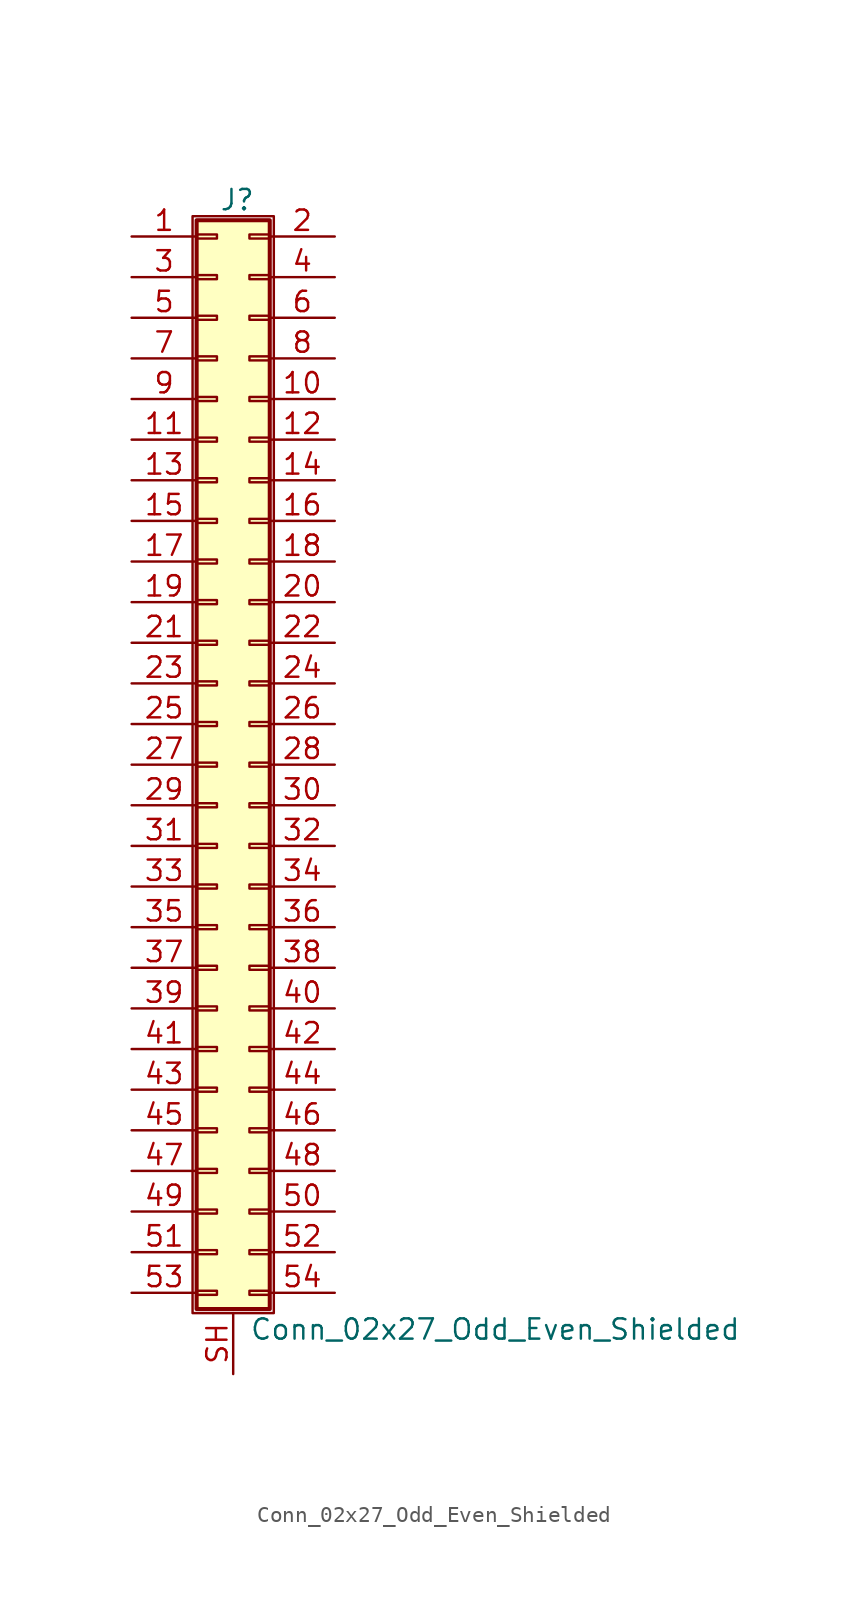
<source format=kicad_sym>
(kicad_symbol_lib
  (version 20211014)
  (generator kicad_symbol_editor)
  (symbol "Conn_02x27_Odd_Even_Shielded"
    (pin_names
      (offset 1.016) hide)
    (property "Reference" "J"
      (at 1.524 35.306 0)
      (effects (font (size 1.27 1.27))))
    (property "Value" "Conn_02x27_Odd_Even_Shielded"
      (at 2.286 -35.306 0)
      (effects (font (size 1.27 1.27)) (justify left)))
    (symbol "Conn_02x27_Odd_Even_Shielded_1_1"
      (rectangle (start -1.27 34.29) (end 3.81 -34.29) (stroke (width 0.152) (type default) (color 0 0 0 0)) (fill (type none)))
      (rectangle (start -1.016 -32.893) (end 0.254 -33.147) (stroke (width 0.152) (type default) (color 0 0 0 0)) (fill (type none)))
      (rectangle (start -1.016 -30.353) (end 0.254 -30.607) (stroke (width 0.152) (type default) (color 0 0 0 0)) (fill (type none)))
      (rectangle (start -1.016 -27.813) (end 0.254 -28.067) (stroke (width 0.152) (type default) (color 0 0 0 0)) (fill (type none)))
      (rectangle (start -1.016 -25.273) (end 0.254 -25.527) (stroke (width 0.152) (type default) (color 0 0 0 0)) (fill (type none)))
      (rectangle (start -1.016 -22.733) (end 0.254 -22.987) (stroke (width 0.152) (type default) (color 0 0 0 0)) (fill (type none)))
      (rectangle (start -1.016 -20.193) (end 0.254 -20.447) (stroke (width 0.152) (type default) (color 0 0 0 0)) (fill (type none)))
      (rectangle (start -1.016 -17.653) (end 0.254 -17.907) (stroke (width 0.152) (type default) (color 0 0 0 0)) (fill (type none)))
      (rectangle (start -1.016 -15.113) (end 0.254 -15.367) (stroke (width 0.152) (type default) (color 0 0 0 0)) (fill (type none)))
      (rectangle (start -1.016 -12.573) (end 0.254 -12.827) (stroke (width 0.152) (type default) (color 0 0 0 0)) (fill (type none)))
      (rectangle (start -1.016 -10.033) (end 0.254 -10.287) (stroke (width 0.152) (type default) (color 0 0 0 0)) (fill (type none)))
      (rectangle (start -1.016 -7.493) (end 0.254 -7.747) (stroke (width 0.152) (type default) (color 0 0 0 0)) (fill (type none)))
      (rectangle (start -1.016 -4.953) (end 0.254 -5.207) (stroke (width 0.152) (type default) (color 0 0 0 0)) (fill (type none)))
      (rectangle (start -1.016 -2.413) (end 0.254 -2.667) (stroke (width 0.152) (type default) (color 0 0 0 0)) (fill (type none)))
      (rectangle (start -1.016 0.127) (end 0.254 -0.127) (stroke (width 0.152) (type default) (color 0 0 0 0)) (fill (type none)))
      (rectangle (start -1.016 2.667) (end 0.254 2.413) (stroke (width 0.152) (type default) (color 0 0 0 0)) (fill (type none)))
      (rectangle (start -1.016 5.207) (end 0.254 4.953) (stroke (width 0.152) (type default) (color 0 0 0 0)) (fill (type none)))
      (rectangle (start -1.016 7.747) (end 0.254 7.493) (stroke (width 0.152) (type default) (color 0 0 0 0)) (fill (type none)))
      (rectangle (start -1.016 10.287) (end 0.254 10.033) (stroke (width 0.152) (type default) (color 0 0 0 0)) (fill (type none)))
      (rectangle (start -1.016 12.827) (end 0.254 12.573) (stroke (width 0.152) (type default) (color 0 0 0 0)) (fill (type none)))
      (rectangle (start -1.016 15.367) (end 0.254 15.113) (stroke (width 0.152) (type default) (color 0 0 0 0)) (fill (type none)))
      (rectangle (start -1.016 17.907) (end 0.254 17.653) (stroke (width 0.152) (type default) (color 0 0 0 0)) (fill (type none)))
      (rectangle (start -1.016 20.447) (end 0.254 20.193) (stroke (width 0.152) (type default) (color 0 0 0 0)) (fill (type none)))
      (rectangle (start -1.016 22.987) (end 0.254 22.733) (stroke (width 0.152) (type default) (color 0 0 0 0)) (fill (type none)))
      (rectangle (start -1.016 25.527) (end 0.254 25.273) (stroke (width 0.152) (type default) (color 0 0 0 0)) (fill (type none)))
      (rectangle (start -1.016 28.067) (end 0.254 27.813) (stroke (width 0.152) (type default) (color 0 0 0 0)) (fill (type none)))
      (rectangle (start -1.016 30.607) (end 0.254 30.353) (stroke (width 0.152) (type default) (color 0 0 0 0)) (fill (type none)))
      (rectangle (start -1.016 33.147) (end 0.254 32.893) (stroke (width 0.152) (type default) (color 0 0 0 0)) (fill (type none)))
      (rectangle (start -1.016 34.036) (end 3.556 -34.036) (stroke (width 0.254) (type default) (color 0 0 0 0)) (fill (type background)))
      (rectangle (start 3.556 -32.893) (end 2.286 -33.147) (stroke (width 0.152) (type default) (color 0 0 0 0)) (fill (type none)))
      (rectangle (start 3.556 -30.353) (end 2.286 -30.607) (stroke (width 0.152) (type default) (color 0 0 0 0)) (fill (type none)))
      (rectangle (start 3.556 -27.813) (end 2.286 -28.067) (stroke (width 0.152) (type default) (color 0 0 0 0)) (fill (type none)))
      (rectangle (start 3.556 -25.273) (end 2.286 -25.527) (stroke (width 0.152) (type default) (color 0 0 0 0)) (fill (type none)))
      (rectangle (start 3.556 -22.733) (end 2.286 -22.987) (stroke (width 0.152) (type default) (color 0 0 0 0)) (fill (type none)))
      (rectangle (start 3.556 -20.193) (end 2.286 -20.447) (stroke (width 0.152) (type default) (color 0 0 0 0)) (fill (type none)))
      (rectangle (start 3.556 -17.653) (end 2.286 -17.907) (stroke (width 0.152) (type default) (color 0 0 0 0)) (fill (type none)))
      (rectangle (start 3.556 -15.113) (end 2.286 -15.367) (stroke (width 0.152) (type default) (color 0 0 0 0)) (fill (type none)))
      (rectangle (start 3.556 -12.573) (end 2.286 -12.827) (stroke (width 0.152) (type default) (color 0 0 0 0)) (fill (type none)))
      (rectangle (start 3.556 -10.033) (end 2.286 -10.287) (stroke (width 0.152) (type default) (color 0 0 0 0)) (fill (type none)))
      (rectangle (start 3.556 -7.493) (end 2.286 -7.747) (stroke (width 0.152) (type default) (color 0 0 0 0)) (fill (type none)))
      (rectangle (start 3.556 -4.953) (end 2.286 -5.207) (stroke (width 0.152) (type default) (color 0 0 0 0)) (fill (type none)))
      (rectangle (start 3.556 -2.413) (end 2.286 -2.667) (stroke (width 0.152) (type default) (color 0 0 0 0)) (fill (type none)))
      (rectangle (start 3.556 0.127) (end 2.286 -0.127) (stroke (width 0.152) (type default) (color 0 0 0 0)) (fill (type none)))
      (rectangle (start 3.556 2.667) (end 2.286 2.413) (stroke (width 0.152) (type default) (color 0 0 0 0)) (fill (type none)))
      (rectangle (start 3.556 5.207) (end 2.286 4.953) (stroke (width 0.152) (type default) (color 0 0 0 0)) (fill (type none)))
      (rectangle (start 3.556 7.747) (end 2.286 7.493) (stroke (width 0.152) (type default) (color 0 0 0 0)) (fill (type none)))
      (rectangle (start 3.556 10.287) (end 2.286 10.033) (stroke (width 0.152) (type default) (color 0 0 0 0)) (fill (type none)))
      (rectangle (start 3.556 12.827) (end 2.286 12.573) (stroke (width 0.152) (type default) (color 0 0 0 0)) (fill (type none)))
      (rectangle (start 3.556 15.367) (end 2.286 15.113) (stroke (width 0.152) (type default) (color 0 0 0 0)) (fill (type none)))
      (rectangle (start 3.556 17.907) (end 2.286 17.653) (stroke (width 0.152) (type default) (color 0 0 0 0)) (fill (type none)))
      (rectangle (start 3.556 20.447) (end 2.286 20.193) (stroke (width 0.152) (type default) (color 0 0 0 0)) (fill (type none)))
      (rectangle (start 3.556 22.987) (end 2.286 22.733) (stroke (width 0.152) (type default) (color 0 0 0 0)) (fill (type none)))
      (rectangle (start 3.556 25.527) (end 2.286 25.273) (stroke (width 0.152) (type default) (color 0 0 0 0)) (fill (type none)))
      (rectangle (start 3.556 28.067) (end 2.286 27.813) (stroke (width 0.152) (type default) (color 0 0 0 0)) (fill (type none)))
      (rectangle (start 3.556 30.607) (end 2.286 30.353) (stroke (width 0.152) (type default) (color 0 0 0 0)) (fill (type none)))
      (rectangle (start 3.556 33.147) (end 2.286 32.893) (stroke (width 0.152) (type default) (color 0 0 0 0)) (fill (type none)))
      (pin passive line (at -5.08 33.02 0) (length 4.064) (name "Pin_1" (effects (font (size 1.27 1.27)))) (number "1" (effects (font (size 1.27 1.27)))))
      (pin passive line (at 7.62 22.86 180) (length 4.064) (name "Pin_10" (effects (font (size 1.27 1.27)))) (number "10" (effects (font (size 1.27 1.27)))))
      (pin passive line (at -5.08 20.32 0) (length 4.064) (name "Pin_11" (effects (font (size 1.27 1.27)))) (number "11" (effects (font (size 1.27 1.27)))))
      (pin passive line (at 7.62 20.32 180) (length 4.064) (name "Pin_12" (effects (font (size 1.27 1.27)))) (number "12" (effects (font (size 1.27 1.27)))))
      (pin passive line (at -5.08 17.78 0) (length 4.064) (name "Pin_13" (effects (font (size 1.27 1.27)))) (number "13" (effects (font (size 1.27 1.27)))))
      (pin passive line (at 7.62 17.78 180) (length 4.064) (name "Pin_14" (effects (font (size 1.27 1.27)))) (number "14" (effects (font (size 1.27 1.27)))))
      (pin passive line (at -5.08 15.24 0) (length 4.064) (name "Pin_15" (effects (font (size 1.27 1.27)))) (number "15" (effects (font (size 1.27 1.27)))))
      (pin passive line (at 7.62 15.24 180) (length 4.064) (name "Pin_16" (effects (font (size 1.27 1.27)))) (number "16" (effects (font (size 1.27 1.27)))))
      (pin passive line (at -5.08 12.7 0) (length 4.064) (name "Pin_17" (effects (font (size 1.27 1.27)))) (number "17" (effects (font (size 1.27 1.27)))))
      (pin passive line (at 7.62 12.7 180) (length 4.064) (name "Pin_18" (effects (font (size 1.27 1.27)))) (number "18" (effects (font (size 1.27 1.27)))))
      (pin passive line (at -5.08 10.16 0) (length 4.064) (name "Pin_19" (effects (font (size 1.27 1.27)))) (number "19" (effects (font (size 1.27 1.27)))))
      (pin passive line (at 7.62 33.02 180) (length 4.064) (name "Pin_2" (effects (font (size 1.27 1.27)))) (number "2" (effects (font (size 1.27 1.27)))))
      (pin passive line (at 7.62 10.16 180) (length 4.064) (name "Pin_20" (effects (font (size 1.27 1.27)))) (number "20" (effects (font (size 1.27 1.27)))))
      (pin passive line (at -5.08 7.62 0) (length 4.064) (name "Pin_21" (effects (font (size 1.27 1.27)))) (number "21" (effects (font (size 1.27 1.27)))))
      (pin passive line (at 7.62 7.62 180) (length 4.064) (name "Pin_22" (effects (font (size 1.27 1.27)))) (number "22" (effects (font (size 1.27 1.27)))))
      (pin passive line (at -5.08 5.08 0) (length 4.064) (name "Pin_23" (effects (font (size 1.27 1.27)))) (number "23" (effects (font (size 1.27 1.27)))))
      (pin passive line (at 7.62 5.08 180) (length 4.064) (name "Pin_24" (effects (font (size 1.27 1.27)))) (number "24" (effects (font (size 1.27 1.27)))))
      (pin passive line (at -5.08 2.54 0) (length 4.064) (name "Pin_25" (effects (font (size 1.27 1.27)))) (number "25" (effects (font (size 1.27 1.27)))))
      (pin passive line (at 7.62 2.54 180) (length 4.064) (name "Pin_26" (effects (font (size 1.27 1.27)))) (number "26" (effects (font (size 1.27 1.27)))))
      (pin passive line (at -5.08 0 0) (length 4.064) (name "Pin_27" (effects (font (size 1.27 1.27)))) (number "27" (effects (font (size 1.27 1.27)))))
      (pin passive line (at 7.62 0 180) (length 4.064) (name "Pin_28" (effects (font (size 1.27 1.27)))) (number "28" (effects (font (size 1.27 1.27)))))
      (pin passive line (at -5.08 -2.54 0) (length 4.064) (name "Pin_29" (effects (font (size 1.27 1.27)))) (number "29" (effects (font (size 1.27 1.27)))))
      (pin passive line (at -5.08 30.48 0) (length 4.064) (name "Pin_3" (effects (font (size 1.27 1.27)))) (number "3" (effects (font (size 1.27 1.27)))))
      (pin passive line (at 7.62 -2.54 180) (length 4.064) (name "Pin_30" (effects (font (size 1.27 1.27)))) (number "30" (effects (font (size 1.27 1.27)))))
      (pin passive line (at -5.08 -5.08 0) (length 4.064) (name "Pin_31" (effects (font (size 1.27 1.27)))) (number "31" (effects (font (size 1.27 1.27)))))
      (pin passive line (at 7.62 -5.08 180) (length 4.064) (name "Pin_32" (effects (font (size 1.27 1.27)))) (number "32" (effects (font (size 1.27 1.27)))))
      (pin passive line (at -5.08 -7.62 0) (length 4.064) (name "Pin_33" (effects (font (size 1.27 1.27)))) (number "33" (effects (font (size 1.27 1.27)))))
      (pin passive line (at 7.62 -7.62 180) (length 4.064) (name "Pin_34" (effects (font (size 1.27 1.27)))) (number "34" (effects (font (size 1.27 1.27)))))
      (pin passive line (at -5.08 -10.16 0) (length 4.064) (name "Pin_35" (effects (font (size 1.27 1.27)))) (number "35" (effects (font (size 1.27 1.27)))))
      (pin passive line (at 7.62 -10.16 180) (length 4.064) (name "Pin_36" (effects (font (size 1.27 1.27)))) (number "36" (effects (font (size 1.27 1.27)))))
      (pin passive line (at -5.08 -12.7 0) (length 4.064) (name "Pin_37" (effects (font (size 1.27 1.27)))) (number "37" (effects (font (size 1.27 1.27)))))
      (pin passive line (at 7.62 -12.7 180) (length 4.064) (name "Pin_38" (effects (font (size 1.27 1.27)))) (number "38" (effects (font (size 1.27 1.27)))))
      (pin passive line (at -5.08 -15.24 0) (length 4.064) (name "Pin_39" (effects (font (size 1.27 1.27)))) (number "39" (effects (font (size 1.27 1.27)))))
      (pin passive line (at 7.62 30.48 180) (length 4.064) (name "Pin_4" (effects (font (size 1.27 1.27)))) (number "4" (effects (font (size 1.27 1.27)))))
      (pin passive line (at 7.62 -15.24 180) (length 4.064) (name "Pin_40" (effects (font (size 1.27 1.27)))) (number "40" (effects (font (size 1.27 1.27)))))
      (pin passive line (at -5.08 -17.78 0) (length 4.064) (name "Pin_41" (effects (font (size 1.27 1.27)))) (number "41" (effects (font (size 1.27 1.27)))))
      (pin passive line (at 7.62 -17.78 180) (length 4.064) (name "Pin_42" (effects (font (size 1.27 1.27)))) (number "42" (effects (font (size 1.27 1.27)))))
      (pin passive line (at -5.08 -20.32 0) (length 4.064) (name "Pin_43" (effects (font (size 1.27 1.27)))) (number "43" (effects (font (size 1.27 1.27)))))
      (pin passive line (at 7.62 -20.32 180) (length 4.064) (name "Pin_44" (effects (font (size 1.27 1.27)))) (number "44" (effects (font (size 1.27 1.27)))))
      (pin passive line (at -5.08 -22.86 0) (length 4.064) (name "Pin_45" (effects (font (size 1.27 1.27)))) (number "45" (effects (font (size 1.27 1.27)))))
      (pin passive line (at 7.62 -22.86 180) (length 4.064) (name "Pin_46" (effects (font (size 1.27 1.27)))) (number "46" (effects (font (size 1.27 1.27)))))
      (pin passive line (at -5.08 -25.4 0) (length 4.064) (name "Pin_47" (effects (font (size 1.27 1.27)))) (number "47" (effects (font (size 1.27 1.27)))))
      (pin passive line (at 7.62 -25.4 180) (length 4.064) (name "Pin_48" (effects (font (size 1.27 1.27)))) (number "48" (effects (font (size 1.27 1.27)))))
      (pin passive line (at -5.08 -27.94 0) (length 4.064) (name "Pin_49" (effects (font (size 1.27 1.27)))) (number "49" (effects (font (size 1.27 1.27)))))
      (pin passive line (at -5.08 27.94 0) (length 4.064) (name "Pin_5" (effects (font (size 1.27 1.27)))) (number "5" (effects (font (size 1.27 1.27)))))
      (pin passive line (at 7.62 -27.94 180) (length 4.064) (name "Pin_50" (effects (font (size 1.27 1.27)))) (number "50" (effects (font (size 1.27 1.27)))))
      (pin passive line (at -5.08 -30.48 0) (length 4.064) (name "Pin_51" (effects (font (size 1.27 1.27)))) (number "51" (effects (font (size 1.27 1.27)))))
      (pin passive line (at 7.62 -30.48 180) (length 4.064) (name "Pin_52" (effects (font (size 1.27 1.27)))) (number "52" (effects (font (size 1.27 1.27)))))
      (pin passive line (at -5.08 -33.02 0) (length 4.064) (name "Pin_53" (effects (font (size 1.27 1.27)))) (number "53" (effects (font (size 1.27 1.27)))))
      (pin passive line (at 7.62 -33.02 180) (length 4.064) (name "Pin_54" (effects (font (size 1.27 1.27)))) (number "54" (effects (font (size 1.27 1.27)))))
      (pin passive line (at 7.62 27.94 180) (length 4.064) (name "Pin_6" (effects (font (size 1.27 1.27)))) (number "6" (effects (font (size 1.27 1.27)))))
      (pin passive line (at -5.08 25.4 0) (length 4.064) (name "Pin_7" (effects (font (size 1.27 1.27)))) (number "7" (effects (font (size 1.27 1.27)))))
      (pin passive line (at 7.62 25.4 180) (length 4.064) (name "Pin_8" (effects (font (size 1.27 1.27)))) (number "8" (effects (font (size 1.27 1.27)))))
      (pin passive line (at -5.08 22.86 0) (length 4.064) (name "Pin_9" (effects (font (size 1.27 1.27)))) (number "9" (effects (font (size 1.27 1.27)))))
      (pin passive line (at 1.27 -38.1 90) (length 3.81) (name "Shield" (effects (font (size 1.27 1.27)))) (number "SH" (effects (font (size 1.27 1.27))))))))
</source>
